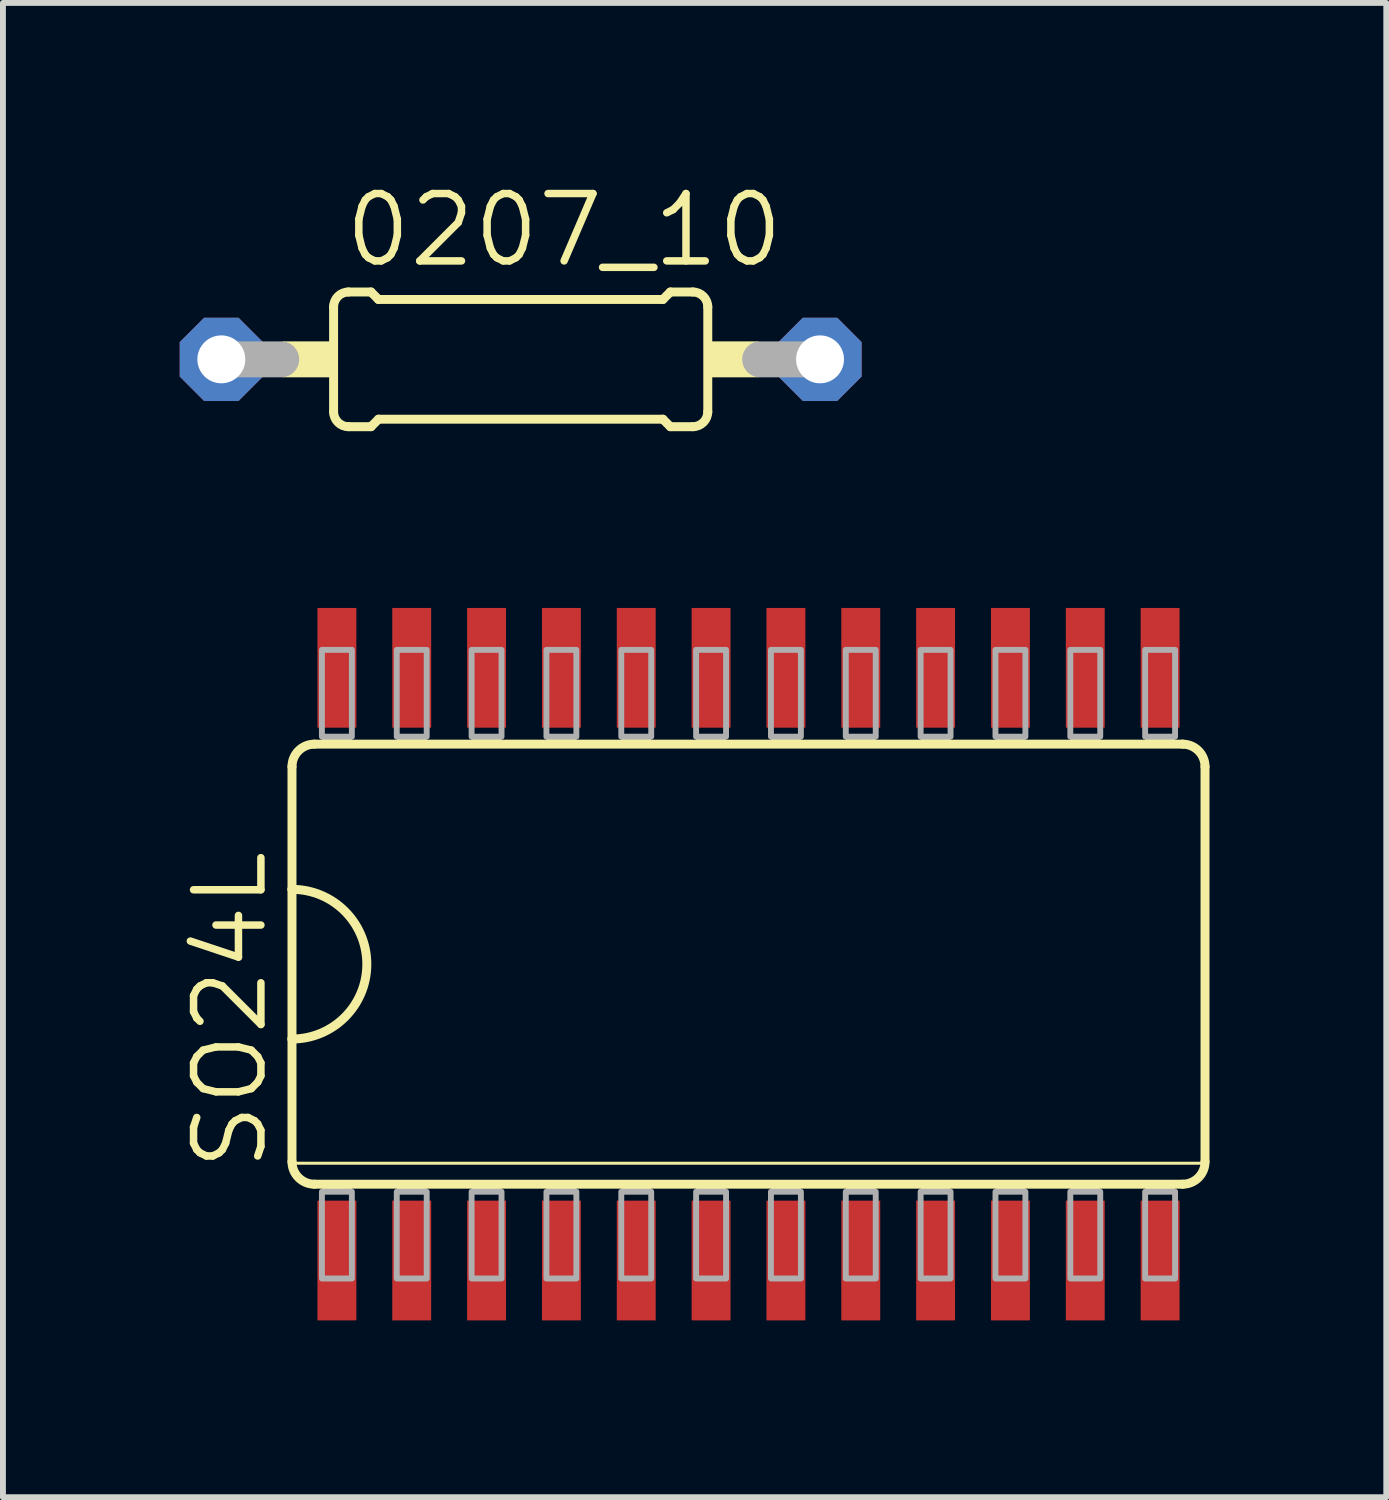
<source format=kicad_pcb>
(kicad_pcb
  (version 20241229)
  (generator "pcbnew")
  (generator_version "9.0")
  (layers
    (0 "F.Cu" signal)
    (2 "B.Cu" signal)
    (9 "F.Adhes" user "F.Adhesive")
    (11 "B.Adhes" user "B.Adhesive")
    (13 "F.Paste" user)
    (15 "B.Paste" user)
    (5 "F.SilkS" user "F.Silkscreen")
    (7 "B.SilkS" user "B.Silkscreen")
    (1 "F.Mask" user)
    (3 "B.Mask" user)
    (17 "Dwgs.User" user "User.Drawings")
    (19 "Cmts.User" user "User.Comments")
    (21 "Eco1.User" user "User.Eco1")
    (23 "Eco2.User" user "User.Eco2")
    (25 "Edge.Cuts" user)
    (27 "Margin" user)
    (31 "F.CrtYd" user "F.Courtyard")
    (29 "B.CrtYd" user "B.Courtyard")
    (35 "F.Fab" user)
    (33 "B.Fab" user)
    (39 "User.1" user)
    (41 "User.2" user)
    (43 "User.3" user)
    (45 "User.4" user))
  (footprint "0207_10"
    (layer "F.Cu")
    (at 5.786 3.048)
    (property "Reference" "0207_10" (at -3.048 -1.524 0) (layer "F.SilkS") (effects (font (size 1.143 1.143) (thickness 0.127)) (justify left bottom)))
    (fp_line (start -3.175 0.889) (end -3.175 -0.889) (stroke (width 0.152) (type solid)) (layer "F.SilkS"))
    (fp_line (start -2.921 -1.143) (end -2.54 -1.143) (stroke (width 0.152) (type solid)) (layer "F.SilkS"))
    (fp_line (start -2.921 1.143) (end -2.54 1.143) (stroke (width 0.152) (type solid)) (layer "F.SilkS"))
    (fp_line (start -2.413 -1.016) (end -2.54 -1.143) (stroke (width 0.152) (type solid)) (layer "F.SilkS"))
    (fp_line (start -2.413 1.016) (end -2.54 1.143) (stroke (width 0.152) (type solid)) (layer "F.SilkS"))
    (fp_line (start 2.413 -1.016) (end -2.413 -1.016) (stroke (width 0.152) (type solid)) (layer "F.SilkS"))
    (fp_line (start 2.413 -1.016) (end 2.54 -1.143) (stroke (width 0.152) (type solid)) (layer "F.SilkS"))
    (fp_line (start 2.413 1.016) (end -2.413 1.016) (stroke (width 0.152) (type solid)) (layer "F.SilkS"))
    (fp_line (start 2.413 1.016) (end 2.54 1.143) (stroke (width 0.152) (type solid)) (layer "F.SilkS"))
    (fp_line (start 2.921 -1.143) (end 2.54 -1.143) (stroke (width 0.152) (type solid)) (layer "F.SilkS"))
    (fp_line (start 2.921 1.143) (end 2.54 1.143) (stroke (width 0.152) (type solid)) (layer "F.SilkS"))
    (fp_line (start 3.175 0.889) (end 3.175 -0.889) (stroke (width 0.152) (type solid)) (layer "F.SilkS"))
    (fp_arc (start -3.175 -0.889) (mid -3.100605 -1.068605) (end -2.921 -1.143) (stroke (width 0.1524) (type solid)) (layer "F.SilkS"))
    (fp_arc (start -2.921 1.143) (mid -3.100605 1.068605) (end -3.175 0.889) (stroke (width 0.1524) (type solid)) (layer "F.SilkS"))
    (fp_arc (start 2.921 -1.143) (mid 3.100605 -1.068605) (end 3.175 -0.889) (stroke (width 0.1524) (type solid)) (layer "F.SilkS"))
    (fp_arc (start 3.175 0.889) (mid 3.100605 1.068605) (end 2.921 1.143) (stroke (width 0.1524) (type solid)) (layer "F.SilkS"))
    (fp_poly (pts (xy -4.039 0.305) (xy -3.175 0.305) (xy -3.175 -0.305) (xy -4.039 -0.305)) (stroke (width 0) (type default)) (fill yes) (layer "F.SilkS"))
    (fp_poly (pts (xy 3.175 0.305) (xy 4.039 0.305) (xy 4.039 -0.305) (xy 3.175 -0.305)) (stroke (width 0) (type default)) (fill yes) (layer "F.SilkS"))
    (fp_line (start -5.08 0) (end -4.064 0) (stroke (width 0.61) (type solid)) (layer "F.Fab"))
    (fp_line (start 5.08 0) (end 4.064 0) (stroke (width 0.61) (type solid)) (layer "F.Fab"))
    (pad "1" thru_hole roundrect (at -5.08 0) (size 1.413 1.413) (drill 0.813) (layers "*.Cu" "*.Mask") (roundrect_rratio 0.25) (chamfer_ratio 0.293) (chamfer top_left top_right bottom_left bottom_right))
    (pad "2" thru_hole roundrect (at 5.08 0) (size 1.413 1.413) (drill 0.813) (layers "*.Cu" "*.Mask") (roundrect_rratio 0.25) (chamfer_ratio 0.293) (chamfer top_left top_right bottom_left bottom_right)))
  (footprint "SO24L"
    (layer "F.Cu")
    (at 9.652 13.312)
    (property "Reference" "SO24L" (at -8.128 3.556 90) (layer "F.SilkS") (effects (font (size 1.143 1.143) (thickness 0.127)) (justify left bottom)))
    (fp_line (start -7.747 -3.353) (end -7.747 -1.27) (stroke (width 0.152) (type solid)) (layer "F.SilkS"))
    (fp_line (start -7.747 -1.27) (end -7.747 1.27) (stroke (width 0.152) (type solid)) (layer "F.SilkS"))
    (fp_line (start -7.747 1.27) (end -7.747 3.353) (stroke (width 0.152) (type solid)) (layer "F.SilkS"))
    (fp_line (start -7.747 3.378) (end 7.747 3.378) (stroke (width 0.051) (type solid)) (layer "F.SilkS"))
    (fp_line (start -7.366 3.734) (end 7.366 3.734) (stroke (width 0.152) (type solid)) (layer "F.SilkS"))
    (fp_line (start 7.366 -3.734) (end -7.366 -3.734) (stroke (width 0.152) (type solid)) (layer "F.SilkS"))
    (fp_line (start 7.747 3.353) (end 7.747 -3.353) (stroke (width 0.152) (type solid)) (layer "F.SilkS"))
    (fp_arc (start -7.747 -3.3528) (mid -7.635408 -3.622208) (end -7.366 -3.7338) (stroke (width 0.1524) (type solid)) (layer "F.SilkS"))
    (fp_arc (start -7.747 -1.27) (mid -6.477 0) (end -7.747 1.27) (stroke (width 0.1524) (type solid)) (layer "F.SilkS"))
    (fp_arc (start -7.366 3.7338) (mid -7.635408 3.622208) (end -7.747 3.3528) (stroke (width 0.1524) (type solid)) (layer "F.SilkS"))
    (fp_arc (start 7.366 -3.7338) (mid 7.635408 -3.622208) (end 7.747 -3.3528) (stroke (width 0.1524) (type solid)) (layer "F.SilkS"))
    (fp_arc (start 7.747 3.3528) (mid 7.635408 3.622208) (end 7.366 3.7338) (stroke (width 0.1524) (type solid)) (layer "F.SilkS"))
    (fp_poly (pts (xy -7.239 -3.734) (xy -6.731 -3.734) (xy -6.731 -3.861) (xy -7.239 -3.861)) (stroke (width 0) (type default)) (fill yes) (layer "F.SilkS"))
    (fp_poly (pts (xy -7.239 3.861) (xy -6.731 3.861) (xy -6.731 3.734) (xy -7.239 3.734)) (stroke (width 0) (type default)) (fill yes) (layer "F.SilkS"))
    (fp_poly (pts (xy -5.969 -3.734) (xy -5.461 -3.734) (xy -5.461 -3.861) (xy -5.969 -3.861)) (stroke (width 0) (type default)) (fill yes) (layer "F.SilkS"))
    (fp_poly (pts (xy -5.969 3.861) (xy -5.461 3.861) (xy -5.461 3.734) (xy -5.969 3.734)) (stroke (width 0) (type default)) (fill yes) (layer "F.SilkS"))
    (fp_poly (pts (xy -4.699 -3.734) (xy -4.191 -3.734) (xy -4.191 -3.861) (xy -4.699 -3.861)) (stroke (width 0) (type default)) (fill yes) (layer "F.SilkS"))
    (fp_poly (pts (xy -4.699 3.861) (xy -4.191 3.861) (xy -4.191 3.734) (xy -4.699 3.734)) (stroke (width 0) (type default)) (fill yes) (layer "F.SilkS"))
    (fp_poly (pts (xy -3.429 -3.734) (xy -2.921 -3.734) (xy -2.921 -3.861) (xy -3.429 -3.861)) (stroke (width 0) (type default)) (fill yes) (layer "F.SilkS"))
    (fp_poly (pts (xy -3.429 3.861) (xy -2.921 3.861) (xy -2.921 3.734) (xy -3.429 3.734)) (stroke (width 0) (type default)) (fill yes) (layer "F.SilkS"))
    (fp_poly (pts (xy -2.159 -3.734) (xy -1.651 -3.734) (xy -1.651 -3.861) (xy -2.159 -3.861)) (stroke (width 0) (type default)) (fill yes) (layer "F.SilkS"))
    (fp_poly (pts (xy -2.159 3.861) (xy -1.651 3.861) (xy -1.651 3.734) (xy -2.159 3.734)) (stroke (width 0) (type default)) (fill yes) (layer "F.SilkS"))
    (fp_poly (pts (xy -0.889 -3.734) (xy -0.381 -3.734) (xy -0.381 -3.861) (xy -0.889 -3.861)) (stroke (width 0) (type default)) (fill yes) (layer "F.SilkS"))
    (fp_poly (pts (xy -0.889 3.861) (xy -0.381 3.861) (xy -0.381 3.734) (xy -0.889 3.734)) (stroke (width 0) (type default)) (fill yes) (layer "F.SilkS"))
    (fp_poly (pts (xy 0.381 -3.734) (xy 0.889 -3.734) (xy 0.889 -3.861) (xy 0.381 -3.861)) (stroke (width 0) (type default)) (fill yes) (layer "F.SilkS"))
    (fp_poly (pts (xy 0.381 3.861) (xy 0.889 3.861) (xy 0.889 3.734) (xy 0.381 3.734)) (stroke (width 0) (type default)) (fill yes) (layer "F.SilkS"))
    (fp_poly (pts (xy 1.651 -3.734) (xy 2.159 -3.734) (xy 2.159 -3.861) (xy 1.651 -3.861)) (stroke (width 0) (type default)) (fill yes) (layer "F.SilkS"))
    (fp_poly (pts (xy 1.651 3.861) (xy 2.159 3.861) (xy 2.159 3.734) (xy 1.651 3.734)) (stroke (width 0) (type default)) (fill yes) (layer "F.SilkS"))
    (fp_poly (pts (xy 2.921 -3.734) (xy 3.429 -3.734) (xy 3.429 -3.861) (xy 2.921 -3.861)) (stroke (width 0) (type default)) (fill yes) (layer "F.SilkS"))
    (fp_poly (pts (xy 2.921 3.861) (xy 3.429 3.861) (xy 3.429 3.734) (xy 2.921 3.734)) (stroke (width 0) (type default)) (fill yes) (layer "F.SilkS"))
    (fp_poly (pts (xy 4.191 -3.734) (xy 4.699 -3.734) (xy 4.699 -3.861) (xy 4.191 -3.861)) (stroke (width 0) (type default)) (fill yes) (layer "F.SilkS"))
    (fp_poly (pts (xy 4.191 3.861) (xy 4.699 3.861) (xy 4.699 3.734) (xy 4.191 3.734)) (stroke (width 0) (type default)) (fill yes) (layer "F.SilkS"))
    (fp_poly (pts (xy 5.461 -3.734) (xy 5.969 -3.734) (xy 5.969 -3.861) (xy 5.461 -3.861)) (stroke (width 0) (type default)) (fill yes) (layer "F.SilkS"))
    (fp_poly (pts (xy 5.461 3.861) (xy 5.969 3.861) (xy 5.969 3.734) (xy 5.461 3.734)) (stroke (width 0) (type default)) (fill yes) (layer "F.SilkS"))
    (fp_poly (pts (xy 6.731 -3.734) (xy 7.239 -3.734) (xy 7.239 -3.861) (xy 6.731 -3.861)) (stroke (width 0) (type default)) (fill yes) (layer "F.SilkS"))
    (fp_poly (pts (xy 6.731 3.861) (xy 7.239 3.861) (xy 7.239 3.734) (xy 6.731 3.734)) (stroke (width 0) (type default)) (fill yes) (layer "F.SilkS"))
    (fp_poly (pts (xy -7.239 -3.861) (xy -6.731 -3.861) (xy -6.731 -5.334) (xy -7.239 -5.334)) (stroke (width 0.1) (type default)) (fill no) (layer "F.Fab"))
    (fp_poly (pts (xy -7.239 5.334) (xy -6.731 5.334) (xy -6.731 3.861) (xy -7.239 3.861)) (stroke (width 0.1) (type default)) (fill no) (layer "F.Fab"))
    (fp_poly (pts (xy -5.969 -3.861) (xy -5.461 -3.861) (xy -5.461 -5.334) (xy -5.969 -5.334)) (stroke (width 0.1) (type default)) (fill no) (layer "F.Fab"))
    (fp_poly (pts (xy -5.969 5.334) (xy -5.461 5.334) (xy -5.461 3.861) (xy -5.969 3.861)) (stroke (width 0.1) (type default)) (fill no) (layer "F.Fab"))
    (fp_poly (pts (xy -4.699 -3.861) (xy -4.191 -3.861) (xy -4.191 -5.334) (xy -4.699 -5.334)) (stroke (width 0.1) (type default)) (fill no) (layer "F.Fab"))
    (fp_poly (pts (xy -4.699 5.334) (xy -4.191 5.334) (xy -4.191 3.861) (xy -4.699 3.861)) (stroke (width 0.1) (type default)) (fill no) (layer "F.Fab"))
    (fp_poly (pts (xy -3.429 -3.861) (xy -2.921 -3.861) (xy -2.921 -5.334) (xy -3.429 -5.334)) (stroke (width 0.1) (type default)) (fill no) (layer "F.Fab"))
    (fp_poly (pts (xy -3.429 5.334) (xy -2.921 5.334) (xy -2.921 3.861) (xy -3.429 3.861)) (stroke (width 0.1) (type default)) (fill no) (layer "F.Fab"))
    (fp_poly (pts (xy -2.159 -3.861) (xy -1.651 -3.861) (xy -1.651 -5.334) (xy -2.159 -5.334)) (stroke (width 0.1) (type default)) (fill no) (layer "F.Fab"))
    (fp_poly (pts (xy -2.159 5.334) (xy -1.651 5.334) (xy -1.651 3.861) (xy -2.159 3.861)) (stroke (width 0.1) (type default)) (fill no) (layer "F.Fab"))
    (fp_poly (pts (xy -0.889 -3.861) (xy -0.381 -3.861) (xy -0.381 -5.334) (xy -0.889 -5.334)) (stroke (width 0.1) (type default)) (fill no) (layer "F.Fab"))
    (fp_poly (pts (xy -0.889 5.334) (xy -0.381 5.334) (xy -0.381 3.861) (xy -0.889 3.861)) (stroke (width 0.1) (type default)) (fill no) (layer "F.Fab"))
    (fp_poly (pts (xy 0.381 -3.861) (xy 0.889 -3.861) (xy 0.889 -5.334) (xy 0.381 -5.334)) (stroke (width 0.1) (type default)) (fill no) (layer "F.Fab"))
    (fp_poly (pts (xy 0.381 5.334) (xy 0.889 5.334) (xy 0.889 3.861) (xy 0.381 3.861)) (stroke (width 0.1) (type default)) (fill no) (layer "F.Fab"))
    (fp_poly (pts (xy 1.651 -3.861) (xy 2.159 -3.861) (xy 2.159 -5.334) (xy 1.651 -5.334)) (stroke (width 0.1) (type default)) (fill no) (layer "F.Fab"))
    (fp_poly (pts (xy 1.651 5.334) (xy 2.159 5.334) (xy 2.159 3.861) (xy 1.651 3.861)) (stroke (width 0.1) (type default)) (fill no) (layer "F.Fab"))
    (fp_poly (pts (xy 2.921 -3.861) (xy 3.429 -3.861) (xy 3.429 -5.334) (xy 2.921 -5.334)) (stroke (width 0.1) (type default)) (fill no) (layer "F.Fab"))
    (fp_poly (pts (xy 2.921 5.334) (xy 3.429 5.334) (xy 3.429 3.861) (xy 2.921 3.861)) (stroke (width 0.1) (type default)) (fill no) (layer "F.Fab"))
    (fp_poly (pts (xy 4.191 -3.861) (xy 4.699 -3.861) (xy 4.699 -5.334) (xy 4.191 -5.334)) (stroke (width 0.1) (type default)) (fill no) (layer "F.Fab"))
    (fp_poly (pts (xy 4.191 5.334) (xy 4.699 5.334) (xy 4.699 3.861) (xy 4.191 3.861)) (stroke (width 0.1) (type default)) (fill no) (layer "F.Fab"))
    (fp_poly (pts (xy 5.461 -3.861) (xy 5.969 -3.861) (xy 5.969 -5.334) (xy 5.461 -5.334)) (stroke (width 0.1) (type default)) (fill no) (layer "F.Fab"))
    (fp_poly (pts (xy 5.461 5.334) (xy 5.969 5.334) (xy 5.969 3.861) (xy 5.461 3.861)) (stroke (width 0.1) (type default)) (fill no) (layer "F.Fab"))
    (fp_poly (pts (xy 6.731 -3.861) (xy 7.239 -3.861) (xy 7.239 -5.334) (xy 6.731 -5.334)) (stroke (width 0.1) (type default)) (fill no) (layer "F.Fab"))
    (fp_poly (pts (xy 6.731 5.334) (xy 7.239 5.334) (xy 7.239 3.861) (xy 6.731 3.861)) (stroke (width 0.1) (type default)) (fill no) (layer "F.Fab"))
    (pad "1" smd rect (at -6.985 5.029) (size 0.66 2.032) (layers "F.Cu" "F.Mask" "F.Paste"))
    (pad "2" smd rect (at -5.715 5.029) (size 0.66 2.032) (layers "F.Cu" "F.Mask" "F.Paste"))
    (pad "3" smd rect (at -4.445 5.029) (size 0.66 2.032) (layers "F.Cu" "F.Mask" "F.Paste"))
    (pad "4" smd rect (at -3.175 5.029) (size 0.66 2.032) (layers "F.Cu" "F.Mask" "F.Paste"))
    (pad "5" smd rect (at -1.905 5.029) (size 0.66 2.032) (layers "F.Cu" "F.Mask" "F.Paste"))
    (pad "6" smd rect (at -0.635 5.029) (size 0.66 2.032) (layers "F.Cu" "F.Mask" "F.Paste"))
    (pad "7" smd rect (at 0.635 5.029) (size 0.66 2.032) (layers "F.Cu" "F.Mask" "F.Paste"))
    (pad "8" smd rect (at 1.905 5.029) (size 0.66 2.032) (layers "F.Cu" "F.Mask" "F.Paste"))
    (pad "9" smd rect (at 3.175 5.029) (size 0.66 2.032) (layers "F.Cu" "F.Mask" "F.Paste"))
    (pad "10" smd rect (at 4.445 5.029) (size 0.66 2.032) (layers "F.Cu" "F.Mask" "F.Paste"))
    (pad "11" smd rect (at 5.715 5.029) (size 0.66 2.032) (layers "F.Cu" "F.Mask" "F.Paste"))
    (pad "12" smd rect (at 6.985 5.029) (size 0.66 2.032) (layers "F.Cu" "F.Mask" "F.Paste"))
    (pad "13" smd rect (at 6.985 -5.029) (size 0.66 2.032) (layers "F.Cu" "F.Mask" "F.Paste"))
    (pad "14" smd rect (at 5.715 -5.029) (size 0.66 2.032) (layers "F.Cu" "F.Mask" "F.Paste"))
    (pad "15" smd rect (at 4.445 -5.029) (size 0.66 2.032) (layers "F.Cu" "F.Mask" "F.Paste"))
    (pad "16" smd rect (at 3.175 -5.029) (size 0.66 2.032) (layers "F.Cu" "F.Mask" "F.Paste"))
    (pad "17" smd rect (at 1.905 -5.029) (size 0.66 2.032) (layers "F.Cu" "F.Mask" "F.Paste"))
    (pad "18" smd rect (at 0.635 -5.029) (size 0.66 2.032) (layers "F.Cu" "F.Mask" "F.Paste"))
    (pad "19" smd rect (at -0.635 -5.029) (size 0.66 2.032) (layers "F.Cu" "F.Mask" "F.Paste"))
    (pad "20" smd rect (at -1.905 -5.029) (size 0.66 2.032) (layers "F.Cu" "F.Mask" "F.Paste"))
    (pad "21" smd rect (at -3.175 -5.029) (size 0.66 2.032) (layers "F.Cu" "F.Mask" "F.Paste"))
    (pad "22" smd rect (at -4.445 -5.029) (size 0.66 2.032) (layers "F.Cu" "F.Mask" "F.Paste"))
    (pad "23" smd rect (at -5.715 -5.029) (size 0.66 2.032) (layers "F.Cu" "F.Mask" "F.Paste"))
    (pad "24" smd rect (at -6.985 -5.029) (size 0.66 2.032) (layers "F.Cu" "F.Mask" "F.Paste")))
  (gr_rect
    (start -3 -3)
    (end 20.475 22.358)
    (stroke (width 0.1) (type default))
    (fill no)
    (layer "Edge.Cuts")))
</source>
